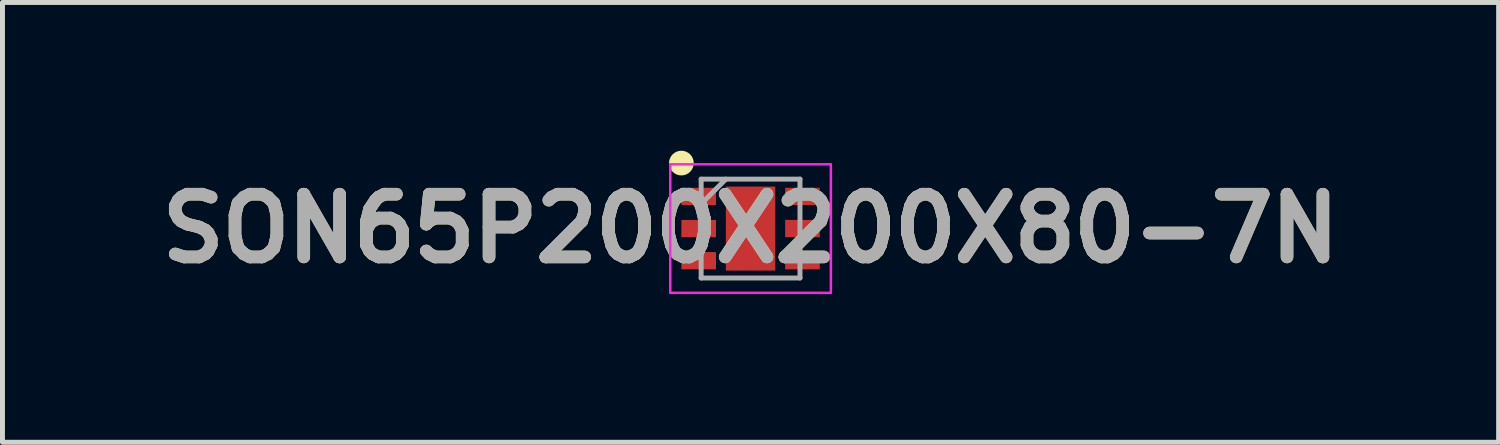
<source format=kicad_pcb>
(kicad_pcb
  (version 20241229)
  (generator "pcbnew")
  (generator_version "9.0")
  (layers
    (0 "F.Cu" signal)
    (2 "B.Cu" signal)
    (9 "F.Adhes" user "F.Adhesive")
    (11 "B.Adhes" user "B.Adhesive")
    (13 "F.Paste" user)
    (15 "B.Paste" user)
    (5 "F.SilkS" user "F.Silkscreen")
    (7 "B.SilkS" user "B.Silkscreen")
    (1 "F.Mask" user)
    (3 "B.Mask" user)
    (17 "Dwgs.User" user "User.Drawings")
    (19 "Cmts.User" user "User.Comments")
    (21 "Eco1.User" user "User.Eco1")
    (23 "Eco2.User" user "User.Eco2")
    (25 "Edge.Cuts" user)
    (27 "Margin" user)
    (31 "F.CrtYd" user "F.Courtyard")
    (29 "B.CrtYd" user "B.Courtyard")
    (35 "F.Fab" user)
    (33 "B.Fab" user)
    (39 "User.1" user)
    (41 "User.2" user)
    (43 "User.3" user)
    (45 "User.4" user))
  (footprint "SON65P200X200X80-7N"
    (layer "F.Cu")
    (at 12.138 1.575)
    (property "Reference" "SON65P200X200X80-7N" (at 0 0 0) (layer "F.SilkS") (effects (font (size 1.27 1.27) (thickness 0.254))))
    (attr smd)
    (fp_circle (center -1.4 -1.325) (end -1.4 -1.2) (stroke (width 0.25) (type solid)) (fill no) (layer "F.SilkS"))
    (fp_line (start -1.625 -1.3) (end 1.625 -1.3) (stroke (width 0.05) (type solid)) (layer "F.CrtYd"))
    (fp_line (start -1.625 1.3) (end -1.625 -1.3) (stroke (width 0.05) (type solid)) (layer "F.CrtYd"))
    (fp_line (start 1.625 -1.3) (end 1.625 1.3) (stroke (width 0.05) (type solid)) (layer "F.CrtYd"))
    (fp_line (start 1.625 1.3) (end -1.625 1.3) (stroke (width 0.05) (type solid)) (layer "F.CrtYd"))
    (fp_line (start -1 -1) (end 1 -1) (stroke (width 0.1) (type solid)) (layer "F.Fab"))
    (fp_line (start -1 -0.5) (end -0.5 -1) (stroke (width 0.1) (type solid)) (layer "F.Fab"))
    (fp_line (start -1 1) (end -1 -1) (stroke (width 0.1) (type solid)) (layer "F.Fab"))
    (fp_line (start 1 -1) (end 1 1) (stroke (width 0.1) (type solid)) (layer "F.Fab"))
    (fp_line (start 1 1) (end -1 1) (stroke (width 0.1) (type solid)) (layer "F.Fab"))
    (fp_text user "${REFERENCE}" (at 0 0 0) (layer "F.Fab") (effects (font (size 1.27 1.27) (thickness 0.254))))
    (pad "1" smd rect (at -1.05 -0.65 90) (size 0.35 0.7) (layers "F.Cu" "F.Mask" "F.Paste"))
    (pad "2" smd rect (at -1.05 0 90) (size 0.35 0.7) (layers "F.Cu" "F.Mask" "F.Paste"))
    (pad "3" smd rect (at -1.05 0.65 90) (size 0.35 0.7) (layers "F.Cu" "F.Mask" "F.Paste"))
    (pad "4" smd rect (at 1.05 0.65 90) (size 0.35 0.7) (layers "F.Cu" "F.Mask" "F.Paste"))
    (pad "5" smd rect (at 1.05 0 90) (size 0.35 0.7) (layers "F.Cu" "F.Mask" "F.Paste"))
    (pad "6" smd rect (at 1.05 -0.65 90) (size 0.35 0.7) (layers "F.Cu" "F.Mask" "F.Paste"))
    (pad "7" smd rect (at 0 0) (size 1 1.7) (layers "F.Cu" "F.Mask" "F.Paste")))
  (gr_rect
    (start -3 -3)
    (end 27.275 5.9)
    (stroke (width 0.1) (type default))
    (fill no)
    (layer "Edge.Cuts")))
</source>
